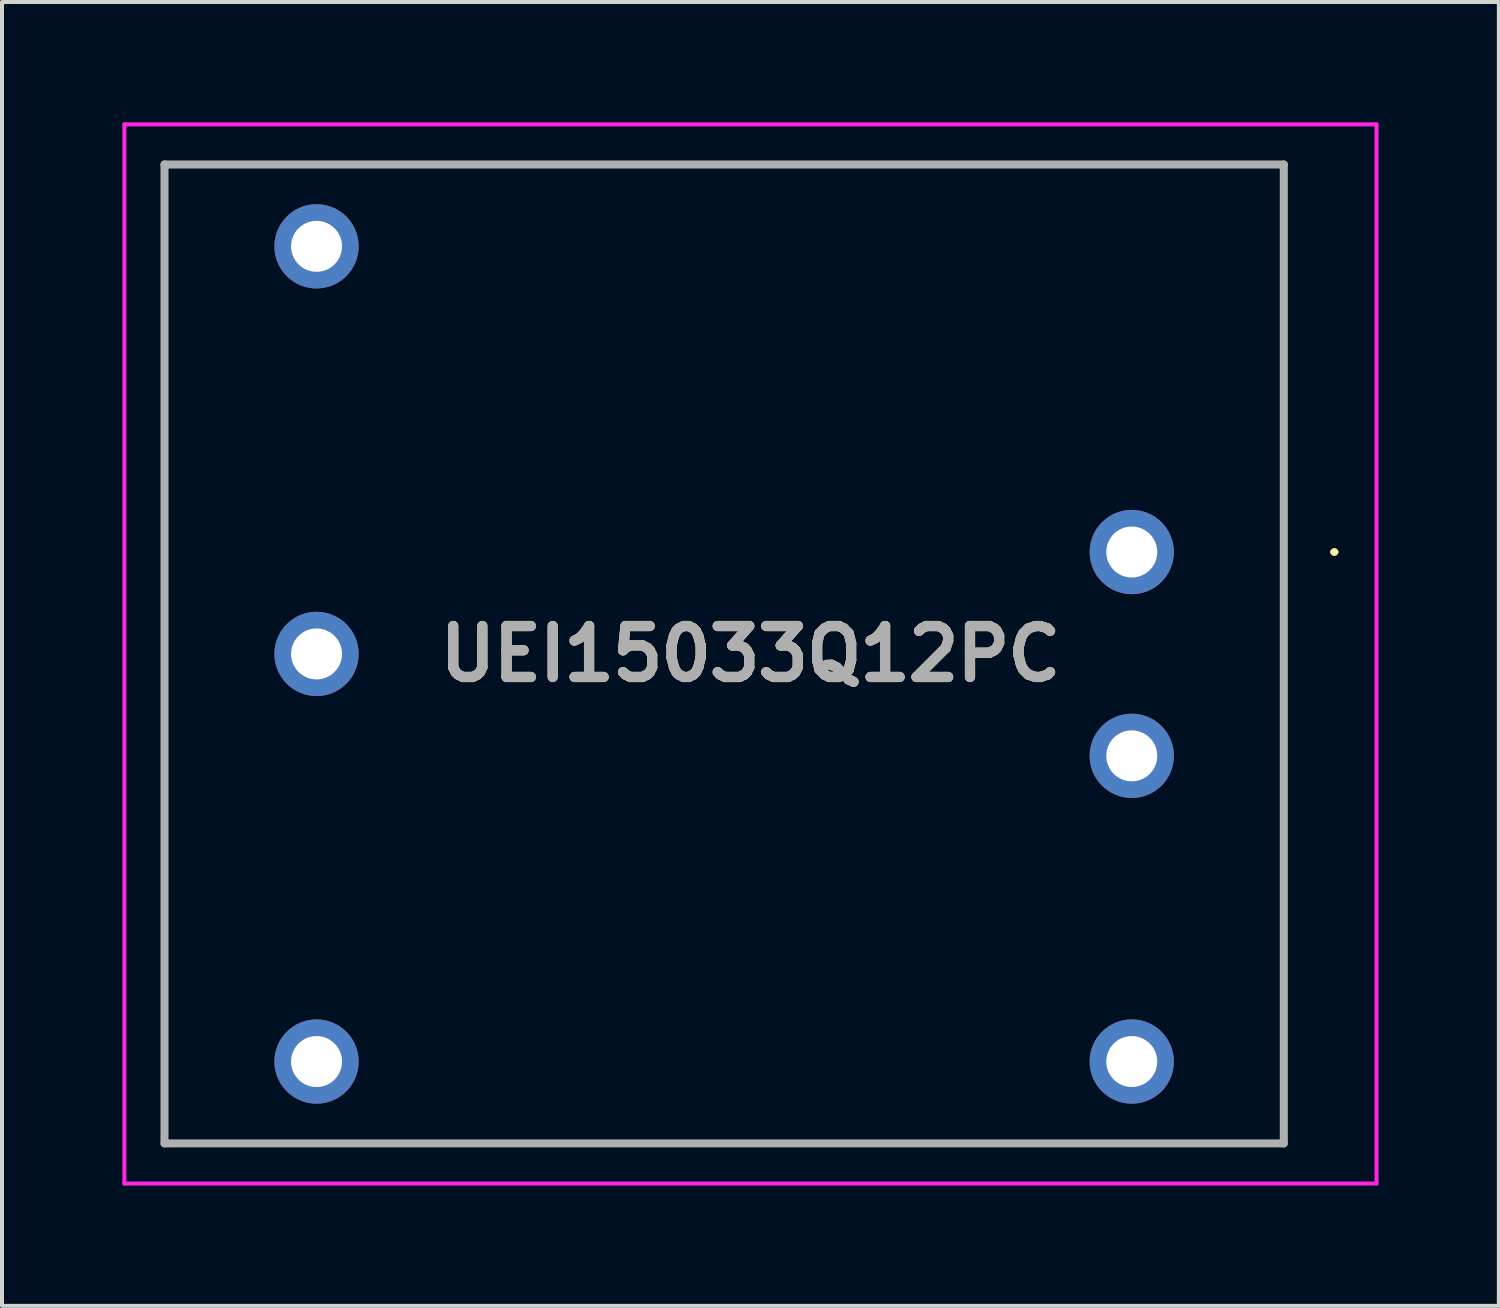
<source format=kicad_pcb>
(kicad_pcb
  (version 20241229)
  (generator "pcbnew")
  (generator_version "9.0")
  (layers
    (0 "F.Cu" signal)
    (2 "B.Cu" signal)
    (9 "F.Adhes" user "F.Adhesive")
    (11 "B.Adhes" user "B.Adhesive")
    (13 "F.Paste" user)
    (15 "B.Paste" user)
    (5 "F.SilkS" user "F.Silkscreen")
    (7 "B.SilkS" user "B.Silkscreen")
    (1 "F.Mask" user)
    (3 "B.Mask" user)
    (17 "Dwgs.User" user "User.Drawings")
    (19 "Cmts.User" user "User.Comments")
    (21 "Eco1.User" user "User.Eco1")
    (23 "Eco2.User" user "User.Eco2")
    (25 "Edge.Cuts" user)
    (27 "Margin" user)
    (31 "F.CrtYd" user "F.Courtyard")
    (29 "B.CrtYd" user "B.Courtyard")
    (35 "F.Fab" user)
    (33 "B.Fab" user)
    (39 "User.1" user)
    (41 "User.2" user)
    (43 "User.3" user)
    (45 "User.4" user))
  (footprint "UEI15033Q12PC"
    (layer "F.Cu")
    (at 25.16 10.71)
    (property "Reference" "UEI15033Q12PC" (at -9.505 2.54 0) (layer "F.SilkS") (effects (font (size 1.27 1.27) (thickness 0.254))))
    (attr through_hole)
    (fp_line (start -24.11 -9.66) (end -24.11 14.54) (stroke (width 0.1) (type solid)) (layer "F.SilkS"))
    (fp_line (start -18.16 -9.66) (end 3.84 -9.66) (stroke (width 0.1) (type solid)) (layer "F.SilkS"))
    (fp_line (start -18.16 14.74) (end -2.16 14.74) (stroke (width 0.1) (type solid)) (layer "F.SilkS"))
    (fp_line (start 3.79 -9.46) (end 3.79 14.54) (stroke (width 0.1) (type solid)) (layer "F.SilkS"))
    (fp_line (start 5 0) (end 5 0) (stroke (width 0.1) (type solid)) (layer "F.SilkS"))
    (fp_line (start 5.1 0) (end 5.1 0) (stroke (width 0.1) (type solid)) (layer "F.SilkS"))
    (fp_arc (start 5 0) (mid 5.05 -0.05) (end 5.1 0) (stroke (width 0.1) (type solid)) (layer "F.SilkS"))
    (fp_arc (start 5.1 0) (mid 5.05 0.05) (end 5 0) (stroke (width 0.1) (type solid)) (layer "F.SilkS"))
    (fp_line (start -25.11 -10.66) (end -25.11 15.74) (stroke (width 0.1) (type solid)) (layer "F.CrtYd"))
    (fp_line (start -25.11 15.74) (end 6.1 15.74) (stroke (width 0.1) (type solid)) (layer "F.CrtYd"))
    (fp_line (start 6.1 -10.66) (end -25.11 -10.66) (stroke (width 0.1) (type solid)) (layer "F.CrtYd"))
    (fp_line (start 6.1 15.74) (end 6.1 -10.66) (stroke (width 0.1) (type solid)) (layer "F.CrtYd"))
    (fp_line (start -24.11 -9.66) (end -24.11 14.74) (stroke (width 0.2) (type solid)) (layer "F.Fab"))
    (fp_line (start -24.11 14.74) (end 3.79 14.74) (stroke (width 0.2) (type solid)) (layer "F.Fab"))
    (fp_line (start 3.79 -9.66) (end -24.11 -9.66) (stroke (width 0.2) (type solid)) (layer "F.Fab"))
    (fp_line (start 3.79 14.74) (end 3.79 -9.66) (stroke (width 0.2) (type solid)) (layer "F.Fab"))
    (fp_text user "${REFERENCE}" (at -9.505 2.54 0) (layer "F.Fab") (effects (font (size 1.27 1.27) (thickness 0.254))))
    (pad "1" thru_hole circle (at 0 0) (size 2.1 2.1) (drill 1.27) (layers "*.Cu" "*.Mask"))
    (pad "2" thru_hole circle (at 0 5.08) (size 2.1 2.1) (drill 1.27) (layers "*.Cu" "*.Mask"))
    (pad "3" thru_hole circle (at -20.32 -7.62) (size 2.1 2.1) (drill 1.27) (layers "*.Cu" "*.Mask"))
    (pad "4" thru_hole circle (at -20.32 2.54) (size 2.1 2.1) (drill 1.27) (layers "*.Cu" "*.Mask"))
    (pad "5" thru_hole circle (at -20.32 12.7) (size 2.1 2.1) (drill 1.27) (layers "*.Cu" "*.Mask"))
    (pad "6" thru_hole circle (at 0 12.7) (size 2.1 2.1) (drill 1.27) (layers "*.Cu" "*.Mask")))
  (gr_rect
    (start -3 -3)
    (end 34.31 29.5)
    (stroke (width 0.1) (type default))
    (fill no)
    (layer "Edge.Cuts")))
</source>
